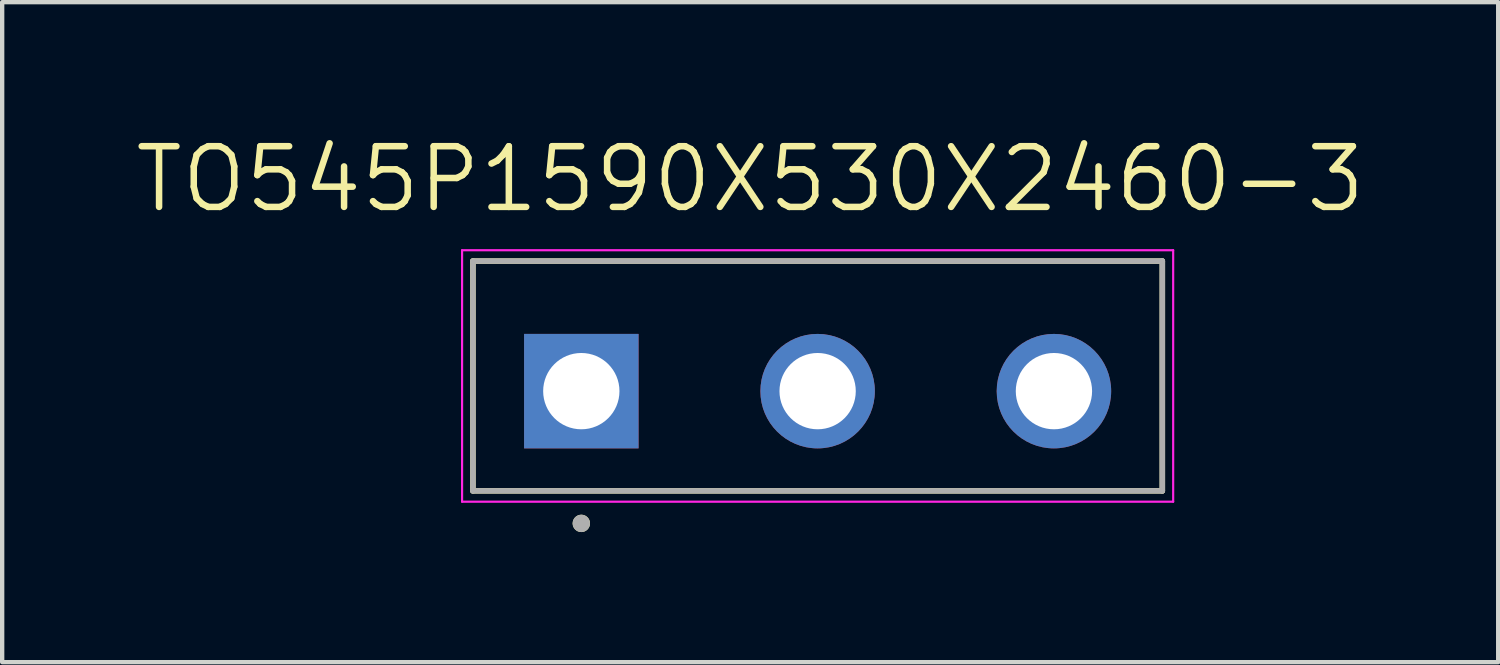
<source format=kicad_pcb>
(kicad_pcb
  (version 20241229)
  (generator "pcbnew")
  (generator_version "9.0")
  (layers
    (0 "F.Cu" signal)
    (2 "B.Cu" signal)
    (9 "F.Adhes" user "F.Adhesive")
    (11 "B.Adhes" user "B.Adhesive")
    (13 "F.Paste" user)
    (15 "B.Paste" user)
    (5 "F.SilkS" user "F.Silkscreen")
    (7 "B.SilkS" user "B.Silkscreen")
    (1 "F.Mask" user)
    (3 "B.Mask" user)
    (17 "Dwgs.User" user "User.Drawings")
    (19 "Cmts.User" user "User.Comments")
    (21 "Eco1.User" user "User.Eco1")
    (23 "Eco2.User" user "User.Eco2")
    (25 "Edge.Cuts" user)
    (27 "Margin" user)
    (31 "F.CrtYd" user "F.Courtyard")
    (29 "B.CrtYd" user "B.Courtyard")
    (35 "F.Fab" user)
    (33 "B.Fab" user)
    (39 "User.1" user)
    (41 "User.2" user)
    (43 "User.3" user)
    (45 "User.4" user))
  (footprint "TO545P1590X530X2460-3"
    (layer "F.Cu")
    (at 15.807 5.971)
    (property "Reference" "TO545P1590X530X2460-3" (at -1.555 -4.889 0) (layer "F.SilkS") (effects (font (size 1.4 1.4) (thickness 0.15))))
    (attr through_hole)
    (fp_line (start -7.95 -3) (end 7.95 -3) (stroke (width 0.127) (type solid)) (layer "F.SilkS"))
    (fp_line (start -7.95 2.3) (end -7.95 -3) (stroke (width 0.127) (type solid)) (layer "F.SilkS"))
    (fp_line (start 7.95 -3) (end 7.95 2.3) (stroke (width 0.127) (type solid)) (layer "F.SilkS"))
    (fp_line (start 7.95 2.3) (end -7.95 2.3) (stroke (width 0.127) (type solid)) (layer "F.SilkS"))
    (fp_circle (center -5.45 3.05) (end -5.35 3.05) (stroke (width 0.2) (type solid)) (fill no) (layer "F.SilkS"))
    (fp_line (start -8.2 -3.25) (end 8.2 -3.25) (stroke (width 0.05) (type solid)) (layer "F.CrtYd"))
    (fp_line (start -8.2 2.55) (end -8.2 -3.25) (stroke (width 0.05) (type solid)) (layer "F.CrtYd"))
    (fp_line (start 8.2 -3.25) (end 8.2 2.55) (stroke (width 0.05) (type solid)) (layer "F.CrtYd"))
    (fp_line (start 8.2 2.55) (end -8.2 2.55) (stroke (width 0.05) (type solid)) (layer "F.CrtYd"))
    (fp_line (start -7.95 -3) (end 7.95 -3) (stroke (width 0.127) (type solid)) (layer "F.Fab"))
    (fp_line (start -7.95 2.3) (end -7.95 -3) (stroke (width 0.127) (type solid)) (layer "F.Fab"))
    (fp_line (start 7.95 -3) (end 7.95 2.3) (stroke (width 0.127) (type solid)) (layer "F.Fab"))
    (fp_line (start 7.95 2.3) (end -7.95 2.3) (stroke (width 0.127) (type solid)) (layer "F.Fab"))
    (fp_circle (center -5.45 3.05) (end -5.35 3.05) (stroke (width 0.2) (type solid)) (fill no) (layer "F.Fab"))
    (pad "1" thru_hole rect (at -5.45 0) (size 2.64 2.64) (drill 1.76) (layers "*.Cu" "*.Mask"))
    (pad "2" thru_hole circle (at 0 0) (size 2.64 2.64) (drill 1.76) (layers "*.Cu" "*.Mask"))
    (pad "3" thru_hole circle (at 5.45 0) (size 2.64 2.64) (drill 1.76) (layers "*.Cu" "*.Mask")))
  (gr_rect
    (start -3 -3)
    (end 31.503 12.221)
    (stroke (width 0.1) (type default))
    (fill no)
    (layer "Edge.Cuts")))
</source>
